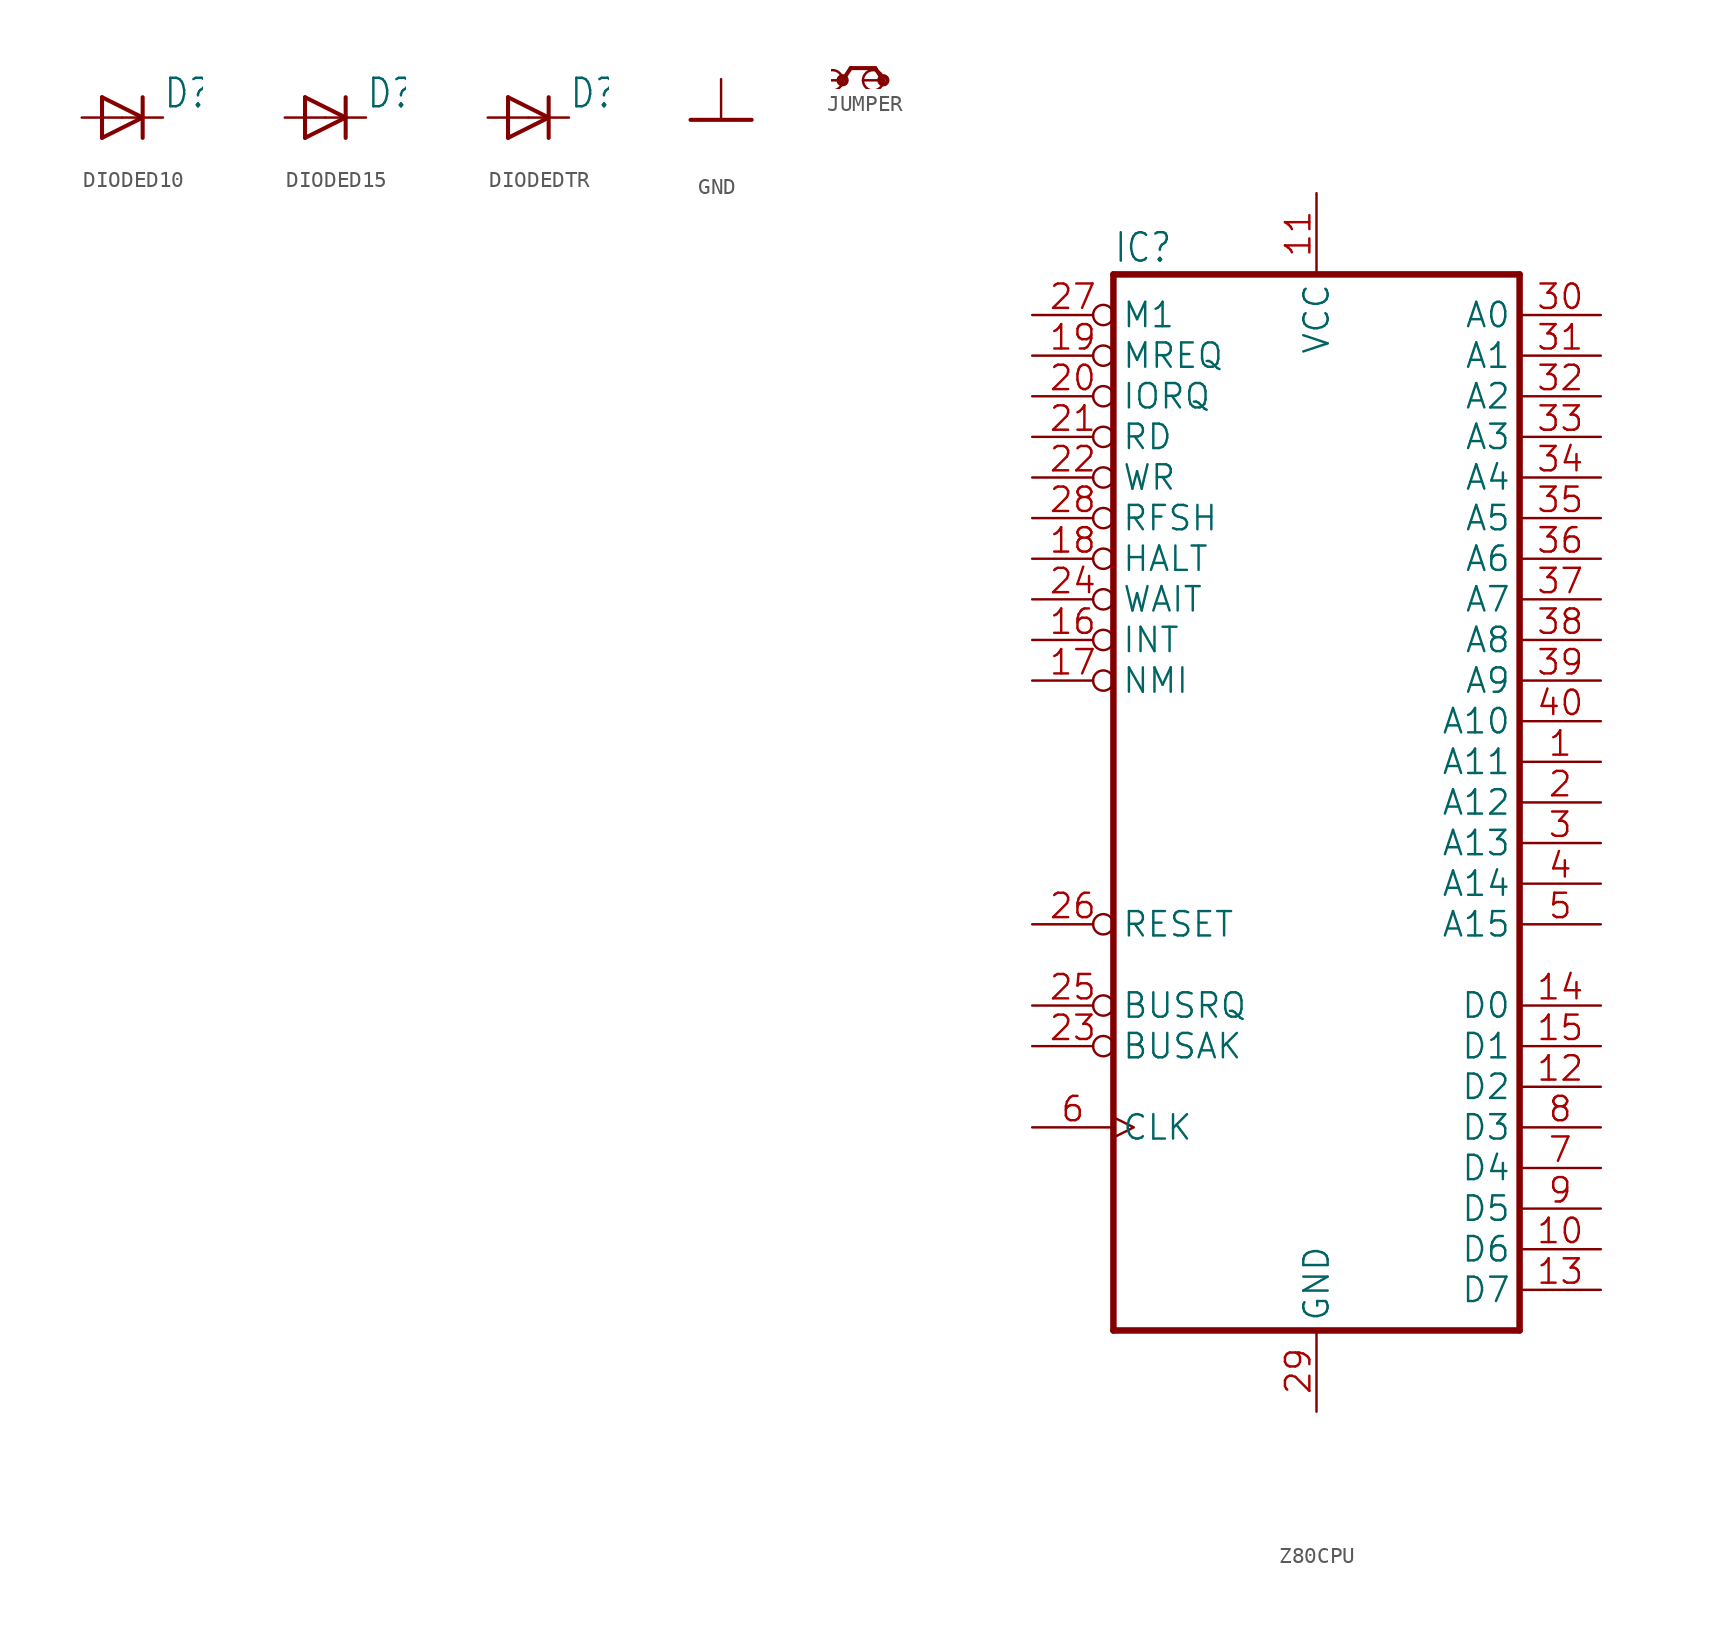
<source format=kicad_sym>
(kicad_symbol_lib
  (version 20241209)
  (generator "kicad_symbol_editor")
  (generator_version "9.0")
  (symbol "DIODED10"
    (property "Reference" "D"
      (at 2.54 0.483 0)
      (effects (font (size 1.778 1.511)) (justify left bottom)))
    (property "Value" ""
      (at 2.54 -2.311 0)
      (effects (font (size 1.778 1.511)) (justify left bottom)))
    (property "ki_locked" ""
      (at 0 0 0)
      (effects (font (size 1.27 1.27))))
    (symbol "DIODED10_1_0"
      (polyline (pts (xy -1.27 1.27) (xy -1.27 -1.27)) (stroke (width 0.254) (type solid)) (fill (type none)))
      (polyline (pts (xy -1.27 -1.27) (xy 1.27 0)) (stroke (width 0.254) (type solid)) (fill (type none)))
      (polyline (pts (xy 1.27 1.27) (xy 1.27 0)) (stroke (width 0.254) (type solid)) (fill (type none)))
      (polyline (pts (xy 1.27 0) (xy -1.27 1.27)) (stroke (width 0.254) (type solid)) (fill (type none)))
      (polyline (pts (xy 1.27 0) (xy 1.27 -1.27)) (stroke (width 0.254) (type solid)) (fill (type none)))
      (pin passive line (at -2.54 0 0) (length 2.54) (name "A" (effects (font (size 0 0)))) (number "A" (effects (font (size 0 0)))))
      (pin passive line (at 2.54 0 180) (length 2.54) (name "C" (effects (font (size 0 0)))) (number "C" (effects (font (size 0 0)))))))
  (symbol "DIODED15"
    (property "Reference" "D"
      (at 2.54 0.483 0)
      (effects (font (size 1.778 1.511)) (justify left bottom)))
    (property "Value" ""
      (at 2.54 -2.311 0)
      (effects (font (size 1.778 1.511)) (justify left bottom)))
    (property "ki_locked" ""
      (at 0 0 0)
      (effects (font (size 1.27 1.27))))
    (symbol "DIODED15_1_0"
      (polyline (pts (xy -1.27 1.27) (xy -1.27 -1.27)) (stroke (width 0.254) (type solid)) (fill (type none)))
      (polyline (pts (xy -1.27 -1.27) (xy 1.27 0)) (stroke (width 0.254) (type solid)) (fill (type none)))
      (polyline (pts (xy 1.27 1.27) (xy 1.27 0)) (stroke (width 0.254) (type solid)) (fill (type none)))
      (polyline (pts (xy 1.27 0) (xy -1.27 1.27)) (stroke (width 0.254) (type solid)) (fill (type none)))
      (polyline (pts (xy 1.27 0) (xy 1.27 -1.27)) (stroke (width 0.254) (type solid)) (fill (type none)))
      (pin passive line (at -2.54 0 0) (length 2.54) (name "A" (effects (font (size 0 0)))) (number "A" (effects (font (size 0 0)))))
      (pin passive line (at 2.54 0 180) (length 2.54) (name "C" (effects (font (size 0 0)))) (number "C" (effects (font (size 0 0)))))))
  (symbol "DIODEDTR"
    (property "Reference" "D"
      (at 2.54 0.483 0)
      (effects (font (size 1.778 1.511)) (justify left bottom)))
    (property "Value" ""
      (at 2.54 -2.311 0)
      (effects (font (size 1.778 1.511)) (justify left bottom)))
    (property "ki_locked" ""
      (at 0 0 0)
      (effects (font (size 1.27 1.27))))
    (symbol "DIODEDTR_1_0"
      (polyline (pts (xy -1.27 1.27) (xy -1.27 -1.27)) (stroke (width 0.254) (type solid)) (fill (type none)))
      (polyline (pts (xy -1.27 -1.27) (xy 1.27 0)) (stroke (width 0.254) (type solid)) (fill (type none)))
      (polyline (pts (xy 1.27 1.27) (xy 1.27 0)) (stroke (width 0.254) (type solid)) (fill (type none)))
      (polyline (pts (xy 1.27 0) (xy -1.27 1.27)) (stroke (width 0.254) (type solid)) (fill (type none)))
      (polyline (pts (xy 1.27 0) (xy 1.27 -1.27)) (stroke (width 0.254) (type solid)) (fill (type none)))
      (pin passive line (at -2.54 0 0) (length 2.54) (name "A" (effects (font (size 0 0)))) (number "A" (effects (font (size 0 0)))))
      (pin passive line (at 2.54 0 180) (length 2.54) (name "C" (effects (font (size 0 0)))) (number "C" (effects (font (size 0 0)))))))
  (symbol "GND"
    (power)
    (property "Reference" ""
      (at 0 0 0)
      (effects (font (size 1.27 1.27)) (hide yes)))
    (property "Value" ""
      (at -2.54 -2.54 0)
      (effects (font (size 1.778 1.511)) (justify left bottom)))
    (property "ki_locked" ""
      (at 0 0 0)
      (effects (font (size 1.27 1.27))))
    (symbol "GND_1_0"
      (polyline (pts (xy -1.905 0) (xy 1.905 0)) (stroke (width 0.254) (type solid)) (fill (type none)))
      (pin power_in line (at 0 2.54 270) (length 2.54) (name "GND" (effects (font (size 0 0)))) (number "1" (effects (font (size 0 0)))))))
  (symbol "JUMPER"
    (property "Reference" "JP"
      (at 0 0 0)
      (effects (font (size 1.27 1.27)) (hide yes)))
    (property "ki_locked" ""
      (at 0 0 0)
      (effects (font (size 1.27 1.27))))
    (symbol "JUMPER_1_0"
      (circle (center -2.54 0) (radius 0.254) (stroke (width 0.254) (type solid)) (fill (type none)))
      (polyline (pts (xy -2.54 0) (xy -2.032 0.762)) (stroke (width 0.254) (type solid)) (fill (type none)))
      (polyline (pts (xy -2.032 0.762) (xy -0.508 0.762)) (stroke (width 0.254) (type solid)) (fill (type none)))
      (polyline (pts (xy 0 0) (xy -0.508 0.762)) (stroke (width 0.254) (type solid)) (fill (type none)))
      (circle (center 0 0) (radius 0.254) (stroke (width 0.254) (type solid)) (fill (type none)))
      (pin bidirectional inverted (at -2.54 0 0) (length 0) (name "P$1" (effects (font (size 0 0)))) (number "1" (effects (font (size 0 0)))))
      (pin bidirectional inverted (at 0 0 0) (length 0) (name "P$2" (effects (font (size 0 0)))) (number "2" (effects (font (size 0 0)))))))
  (symbol "Z80CPU"
    (property "Reference" "IC"
      (at -12.7 33.655 0)
      (effects (font (size 1.778 1.511)) (justify left bottom)))
    (property "Value" ""
      (at -12.7 -35.56 0)
      (effects (font (size 1.778 1.511)) (justify left bottom)))
    (property "ki_locked" ""
      (at 0 0 0)
      (effects (font (size 1.27 1.27))))
    (symbol "Z80CPU_1_0"
      (polyline (pts (xy -12.7 -33.02) (xy -12.7 33.02)) (stroke (width 0.406) (type solid)) (fill (type none)))
      (polyline (pts (xy -12.7 -33.02) (xy 12.7 -33.02)) (stroke (width 0.406) (type solid)) (fill (type none)))
      (polyline (pts (xy 12.7 33.02) (xy -12.7 33.02)) (stroke (width 0.406) (type solid)) (fill (type none)))
      (polyline (pts (xy 12.7 33.02) (xy 12.7 -33.02)) (stroke (width 0.406) (type solid)) (fill (type none)))
      (pin output inverted (at -17.78 30.48 0) (length 5.08) (name "M1" (effects (font (size 1.524 1.524)))) (number "27" (effects (font (size 1.524 1.524)))))
      (pin output inverted (at -17.78 27.94 0) (length 5.08) (name "MREQ" (effects (font (size 1.524 1.524)))) (number "19" (effects (font (size 1.524 1.524)))))
      (pin output inverted (at -17.78 25.4 0) (length 5.08) (name "IORQ" (effects (font (size 1.524 1.524)))) (number "20" (effects (font (size 1.524 1.524)))))
      (pin output inverted (at -17.78 22.86 0) (length 5.08) (name "RD" (effects (font (size 1.524 1.524)))) (number "21" (effects (font (size 1.524 1.524)))))
      (pin output inverted (at -17.78 20.32 0) (length 5.08) (name "WR" (effects (font (size 1.524 1.524)))) (number "22" (effects (font (size 1.524 1.524)))))
      (pin output inverted (at -17.78 17.78 0) (length 5.08) (name "RFSH" (effects (font (size 1.524 1.524)))) (number "28" (effects (font (size 1.524 1.524)))))
      (pin output inverted (at -17.78 15.24 0) (length 5.08) (name "HALT" (effects (font (size 1.524 1.524)))) (number "18" (effects (font (size 1.524 1.524)))))
      (pin input inverted (at -17.78 12.7 0) (length 5.08) (name "WAIT" (effects (font (size 1.524 1.524)))) (number "24" (effects (font (size 1.524 1.524)))))
      (pin input inverted (at -17.78 10.16 0) (length 5.08) (name "INT" (effects (font (size 1.524 1.524)))) (number "16" (effects (font (size 1.524 1.524)))))
      (pin input inverted (at -17.78 7.62 0) (length 5.08) (name "NMI" (effects (font (size 1.524 1.524)))) (number "17" (effects (font (size 1.524 1.524)))))
      (pin input inverted (at -17.78 -7.62 0) (length 5.08) (name "RESET" (effects (font (size 1.524 1.524)))) (number "26" (effects (font (size 1.524 1.524)))))
      (pin input inverted (at -17.78 -12.7 0) (length 5.08) (name "BUSRQ" (effects (font (size 1.524 1.524)))) (number "25" (effects (font (size 1.524 1.524)))))
      (pin output inverted (at -17.78 -15.24 0) (length 5.08) (name "BUSAK" (effects (font (size 1.524 1.524)))) (number "23" (effects (font (size 1.524 1.524)))))
      (pin input clock (at -17.78 -20.32 0) (length 5.08) (name "CLK" (effects (font (size 1.524 1.524)))) (number "6" (effects (font (size 1.524 1.524)))))
      (pin power_in line (at 0 38.1 270) (length 5.08) (name "VCC" (effects (font (size 1.524 1.524)))) (number "11" (effects (font (size 1.524 1.524)))))
      (pin power_in line (at 0 -38.1 90) (length 5.08) (name "GND" (effects (font (size 1.524 1.524)))) (number "29" (effects (font (size 1.524 1.524)))))
      (pin output line (at 17.78 30.48 180) (length 5.08) (name "A0" (effects (font (size 1.524 1.524)))) (number "30" (effects (font (size 1.524 1.524)))))
      (pin output line (at 17.78 27.94 180) (length 5.08) (name "A1" (effects (font (size 1.524 1.524)))) (number "31" (effects (font (size 1.524 1.524)))))
      (pin output line (at 17.78 25.4 180) (length 5.08) (name "A2" (effects (font (size 1.524 1.524)))) (number "32" (effects (font (size 1.524 1.524)))))
      (pin output line (at 17.78 22.86 180) (length 5.08) (name "A3" (effects (font (size 1.524 1.524)))) (number "33" (effects (font (size 1.524 1.524)))))
      (pin output line (at 17.78 20.32 180) (length 5.08) (name "A4" (effects (font (size 1.524 1.524)))) (number "34" (effects (font (size 1.524 1.524)))))
      (pin output line (at 17.78 17.78 180) (length 5.08) (name "A5" (effects (font (size 1.524 1.524)))) (number "35" (effects (font (size 1.524 1.524)))))
      (pin output line (at 17.78 15.24 180) (length 5.08) (name "A6" (effects (font (size 1.524 1.524)))) (number "36" (effects (font (size 1.524 1.524)))))
      (pin output line (at 17.78 12.7 180) (length 5.08) (name "A7" (effects (font (size 1.524 1.524)))) (number "37" (effects (font (size 1.524 1.524)))))
      (pin output line (at 17.78 10.16 180) (length 5.08) (name "A8" (effects (font (size 1.524 1.524)))) (number "38" (effects (font (size 1.524 1.524)))))
      (pin output line (at 17.78 7.62 180) (length 5.08) (name "A9" (effects (font (size 1.524 1.524)))) (number "39" (effects (font (size 1.524 1.524)))))
      (pin output line (at 17.78 5.08 180) (length 5.08) (name "A10" (effects (font (size 1.524 1.524)))) (number "40" (effects (font (size 1.524 1.524)))))
      (pin output line (at 17.78 2.54 180) (length 5.08) (name "A11" (effects (font (size 1.524 1.524)))) (number "1" (effects (font (size 1.524 1.524)))))
      (pin output line (at 17.78 0 180) (length 5.08) (name "A12" (effects (font (size 1.524 1.524)))) (number "2" (effects (font (size 1.524 1.524)))))
      (pin output line (at 17.78 -2.54 180) (length 5.08) (name "A13" (effects (font (size 1.524 1.524)))) (number "3" (effects (font (size 1.524 1.524)))))
      (pin output line (at 17.78 -5.08 180) (length 5.08) (name "A14" (effects (font (size 1.524 1.524)))) (number "4" (effects (font (size 1.524 1.524)))))
      (pin output line (at 17.78 -7.62 180) (length 5.08) (name "A15" (effects (font (size 1.524 1.524)))) (number "5" (effects (font (size 1.524 1.524)))))
      (pin bidirectional line (at 17.78 -12.7 180) (length 5.08) (name "D0" (effects (font (size 1.524 1.524)))) (number "14" (effects (font (size 1.524 1.524)))))
      (pin bidirectional line (at 17.78 -15.24 180) (length 5.08) (name "D1" (effects (font (size 1.524 1.524)))) (number "15" (effects (font (size 1.524 1.524)))))
      (pin bidirectional line (at 17.78 -17.78 180) (length 5.08) (name "D2" (effects (font (size 1.524 1.524)))) (number "12" (effects (font (size 1.524 1.524)))))
      (pin bidirectional line (at 17.78 -20.32 180) (length 5.08) (name "D3" (effects (font (size 1.524 1.524)))) (number "8" (effects (font (size 1.524 1.524)))))
      (pin bidirectional line (at 17.78 -22.86 180) (length 5.08) (name "D4" (effects (font (size 1.524 1.524)))) (number "7" (effects (font (size 1.524 1.524)))))
      (pin bidirectional line (at 17.78 -25.4 180) (length 5.08) (name "D5" (effects (font (size 1.524 1.524)))) (number "9" (effects (font (size 1.524 1.524)))))
      (pin bidirectional line (at 17.78 -27.94 180) (length 5.08) (name "D6" (effects (font (size 1.524 1.524)))) (number "10" (effects (font (size 1.524 1.524)))))
      (pin bidirectional line (at 17.78 -30.48 180) (length 5.08) (name "D7" (effects (font (size 1.524 1.524)))) (number "13" (effects (font (size 1.524 1.524))))))))
</source>
